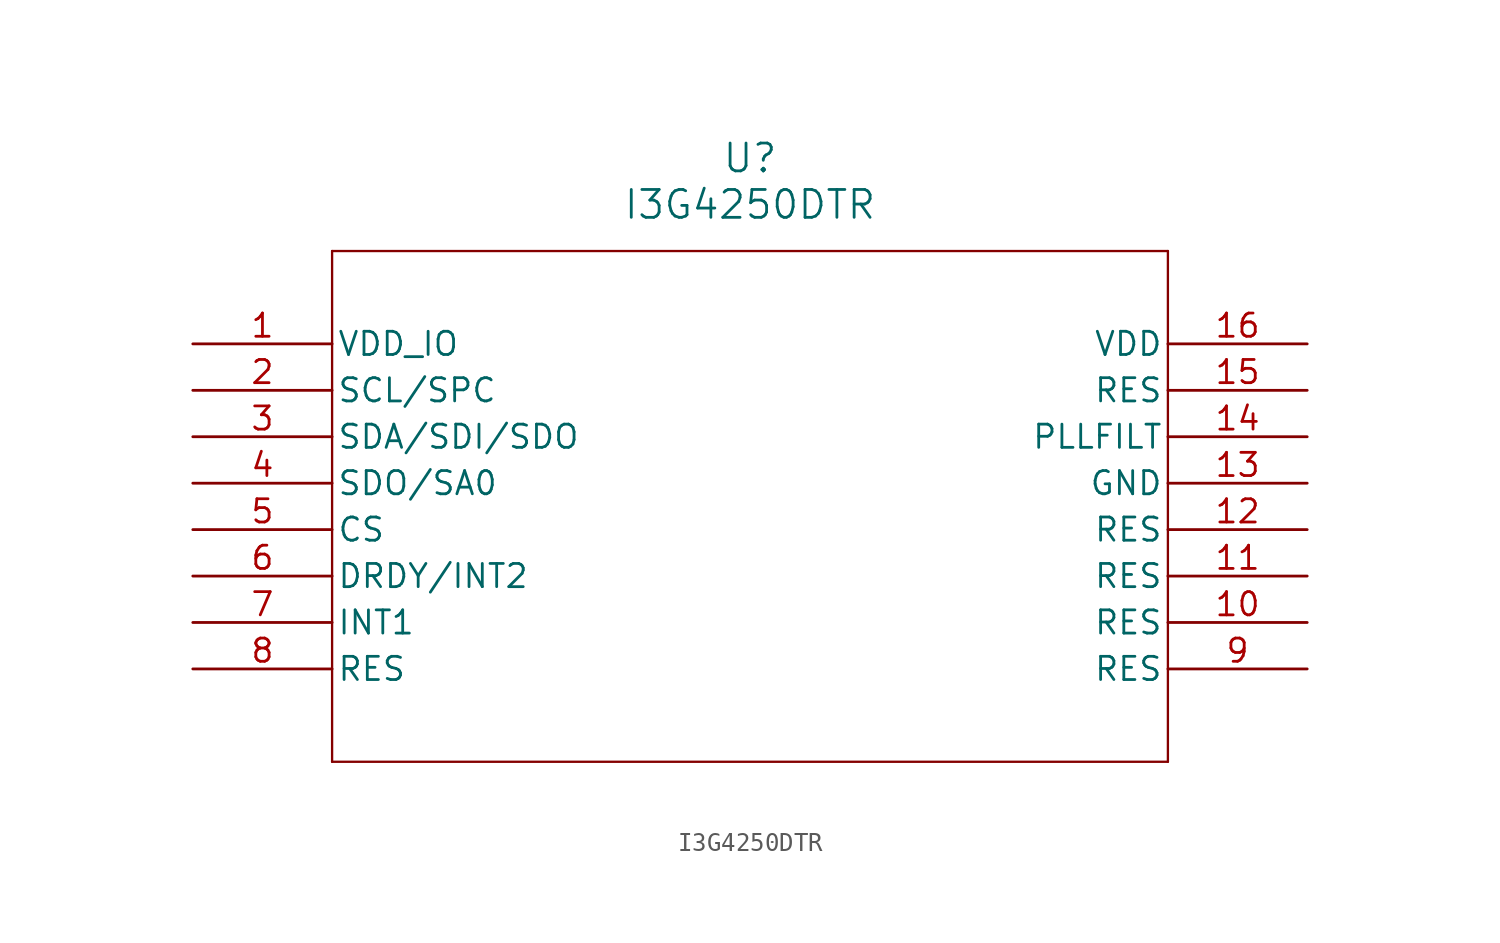
<source format=kicad_sym>
(kicad_symbol_lib
  (version 20211014)
  (generator kicad_symbol_editor)
  (symbol "I3G4250DTR"
    (pin_names
      (offset 0.254))
    (property "Reference" "U"
      (at 30.48 10.16 0)
      (effects (font (size 1.524 1.524))))
    (property "Value" "I3G4250DTR"
      (at 30.48 7.62 0)
      (effects (font (size 1.524 1.524))))
    (symbol "I3G4250DTR_0_1"
      (polyline (pts (xy 7.62 5.08) (xy 7.62 -22.86)) (stroke (width 0.127) (type default) (color 0 0 0 0)) (fill (type none)))
      (polyline (pts (xy 7.62 -22.86) (xy 53.34 -22.86)) (stroke (width 0.127) (type default) (color 0 0 0 0)) (fill (type none)))
      (polyline (pts (xy 53.34 -22.86) (xy 53.34 5.08)) (stroke (width 0.127) (type default) (color 0 0 0 0)) (fill (type none)))
      (polyline (pts (xy 53.34 5.08) (xy 7.62 5.08)) (stroke (width 0.127) (type default) (color 0 0 0 0)) (fill (type none)))
      (pin power_in line (at 0 0 0) (length 7.62) (name "VDD_IO" (effects (font (size 1.27 1.27)))) (number "1" (effects (font (size 1.27 1.27)))))
      (pin unspecified line (at 0 -2.54 0) (length 7.62) (name "SCL/SPC" (effects (font (size 1.27 1.27)))) (number "2" (effects (font (size 1.27 1.27)))))
      (pin unspecified line (at 0 -5.08 0) (length 7.62) (name "SDA/SDI/SDO" (effects (font (size 1.27 1.27)))) (number "3" (effects (font (size 1.27 1.27)))))
      (pin unspecified line (at 0 -7.62 0) (length 7.62) (name "SDO/SA0" (effects (font (size 1.27 1.27)))) (number "4" (effects (font (size 1.27 1.27)))))
      (pin unspecified line (at 0 -10.16 0) (length 7.62) (name "CS" (effects (font (size 1.27 1.27)))) (number "5" (effects (font (size 1.27 1.27)))))
      (pin unspecified line (at 0 -12.7 0) (length 7.62) (name "DRDY/INT2" (effects (font (size 1.27 1.27)))) (number "6" (effects (font (size 1.27 1.27)))))
      (pin input line (at 0 -15.24 0) (length 7.62) (name "INT1" (effects (font (size 1.27 1.27)))) (number "7" (effects (font (size 1.27 1.27)))))
      (pin power_out line (at 0 -17.78 0) (length 7.62) (name "RES" (effects (font (size 1.27 1.27)))) (number "8" (effects (font (size 1.27 1.27)))))
      (pin power_out line (at 60.96 -17.78 180) (length 7.62) (name "RES" (effects (font (size 1.27 1.27)))) (number "9" (effects (font (size 1.27 1.27)))))
      (pin power_out line (at 60.96 -15.24 180) (length 7.62) (name "RES" (effects (font (size 1.27 1.27)))) (number "10" (effects (font (size 1.27 1.27)))))
      (pin power_out line (at 60.96 -12.7 180) (length 7.62) (name "RES" (effects (font (size 1.27 1.27)))) (number "11" (effects (font (size 1.27 1.27)))))
      (pin power_out line (at 60.96 -10.16 180) (length 7.62) (name "RES" (effects (font (size 1.27 1.27)))) (number "12" (effects (font (size 1.27 1.27)))))
      (pin power_out line (at 60.96 -7.62 180) (length 7.62) (name "GND" (effects (font (size 1.27 1.27)))) (number "13" (effects (font (size 1.27 1.27)))))
      (pin unspecified line (at 60.96 -5.08 180) (length 7.62) (name "PLLFILT" (effects (font (size 1.27 1.27)))) (number "14" (effects (font (size 1.27 1.27)))))
      (pin power_in line (at 60.96 -2.54 180) (length 7.62) (name "RES" (effects (font (size 1.27 1.27)))) (number "15" (effects (font (size 1.27 1.27)))))
      (pin power_in line (at 60.96 0 180) (length 7.62) (name "VDD" (effects (font (size 1.27 1.27)))) (number "16" (effects (font (size 1.27 1.27))))))))
</source>
